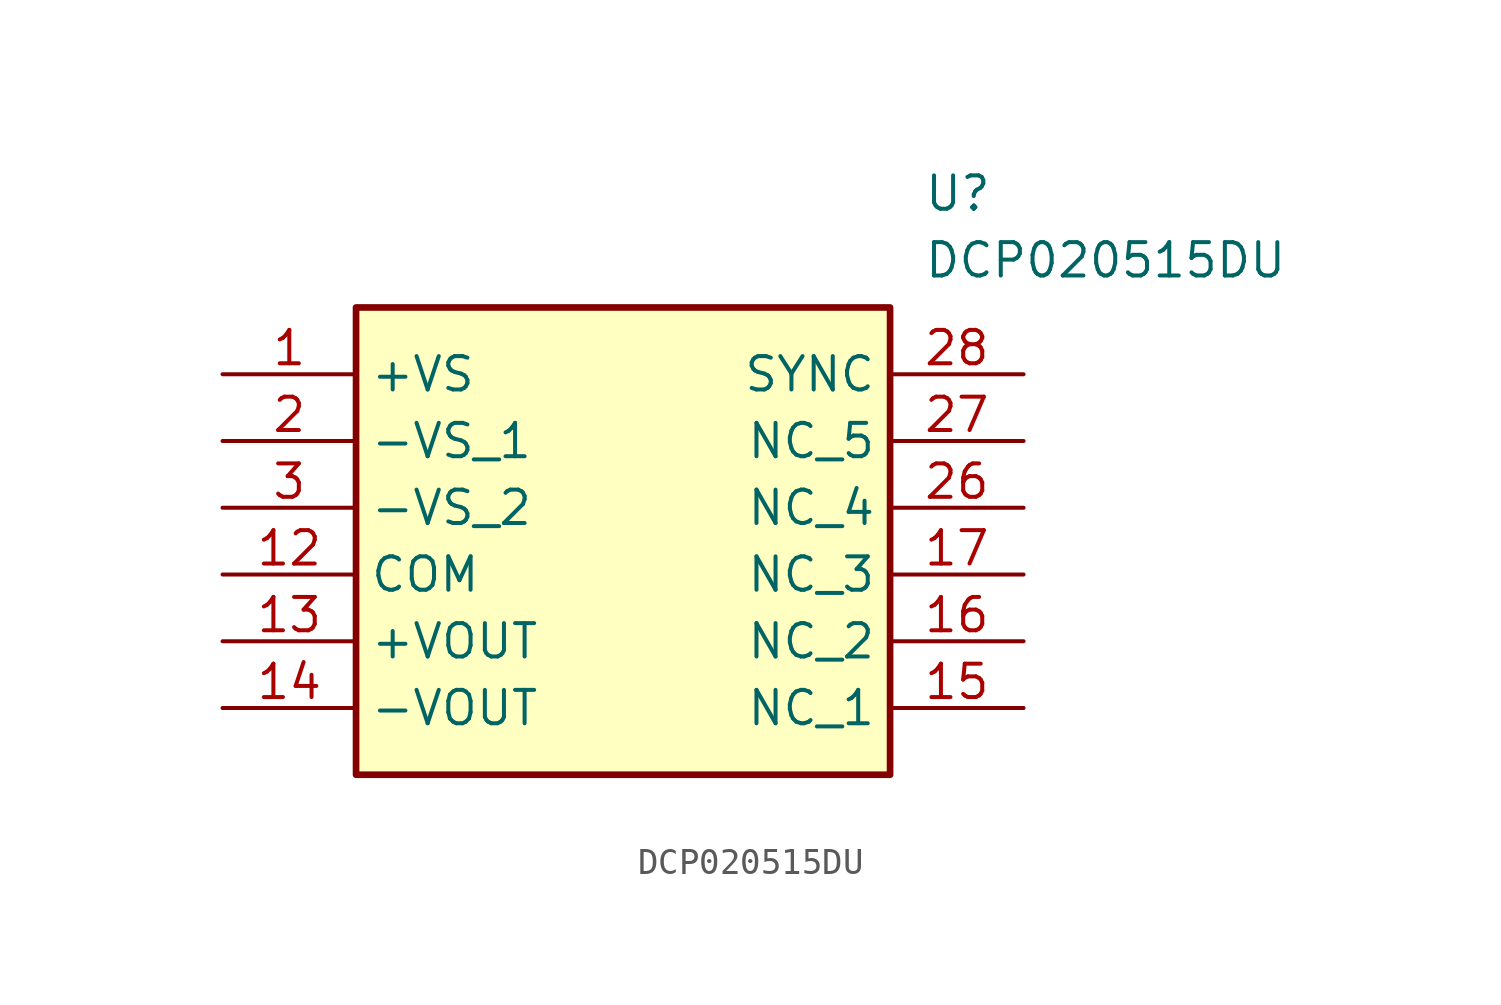
<source format=kicad_sym>
(kicad_symbol_lib
  (version 20211014)
  (generator SamacSys_ECAD_Model)
  (symbol "DCP020515DU"
    (property "Reference" "U"
      (at 26.67 7.62 0)
      (effects (font (size 1.27 1.27)) (justify left top)))
    (property "Value" "DCP020515DU"
      (at 26.67 5.08 0)
      (effects (font (size 1.27 1.27)) (justify left top)))
    (rectangle
      (start 5.08 2.54)
      (end 25.4 -15.24)
      (stroke (width 0.254) (type default))
      (fill (type background)))
    (pin passive line
      (at 0 0 0)
      (length 5.08)
      (name "+VS" (effects (font (size 1.27 1.27))))
      (number "1" (effects (font (size 1.27 1.27)))))
    (pin passive line
      (at 0 -2.54 0)
      (length 5.08)
      (name "-VS_1" (effects (font (size 1.27 1.27))))
      (number "2" (effects (font (size 1.27 1.27)))))
    (pin passive line
      (at 0 -5.08 0)
      (length 5.08)
      (name "-VS_2" (effects (font (size 1.27 1.27))))
      (number "3" (effects (font (size 1.27 1.27)))))
    (pin passive line
      (at 0 -7.62 0)
      (length 5.08)
      (name "COM" (effects (font (size 1.27 1.27))))
      (number "12" (effects (font (size 1.27 1.27)))))
    (pin passive line
      (at 0 -10.16 0)
      (length 5.08)
      (name "+VOUT" (effects (font (size 1.27 1.27))))
      (number "13" (effects (font (size 1.27 1.27)))))
    (pin passive line
      (at 0 -12.7 0)
      (length 5.08)
      (name "-VOUT" (effects (font (size 1.27 1.27))))
      (number "14" (effects (font (size 1.27 1.27)))))
    (pin passive line
      (at 30.48 -12.7 180)
      (length 5.08)
      (name "NC_1" (effects (font (size 1.27 1.27))))
      (number "15" (effects (font (size 1.27 1.27)))))
    (pin passive line
      (at 30.48 -10.16 180)
      (length 5.08)
      (name "NC_2" (effects (font (size 1.27 1.27))))
      (number "16" (effects (font (size 1.27 1.27)))))
    (pin passive line
      (at 30.48 -7.62 180)
      (length 5.08)
      (name "NC_3" (effects (font (size 1.27 1.27))))
      (number "17" (effects (font (size 1.27 1.27)))))
    (pin passive line
      (at 30.48 -5.08 180)
      (length 5.08)
      (name "NC_4" (effects (font (size 1.27 1.27))))
      (number "26" (effects (font (size 1.27 1.27)))))
    (pin passive line
      (at 30.48 -2.54 180)
      (length 5.08)
      (name "NC_5" (effects (font (size 1.27 1.27))))
      (number "27" (effects (font (size 1.27 1.27)))))
    (pin passive line
      (at 30.48 0 180)
      (length 5.08)
      (name "SYNC" (effects (font (size 1.27 1.27))))
      (number "28" (effects (font (size 1.27 1.27)))))))
</source>
